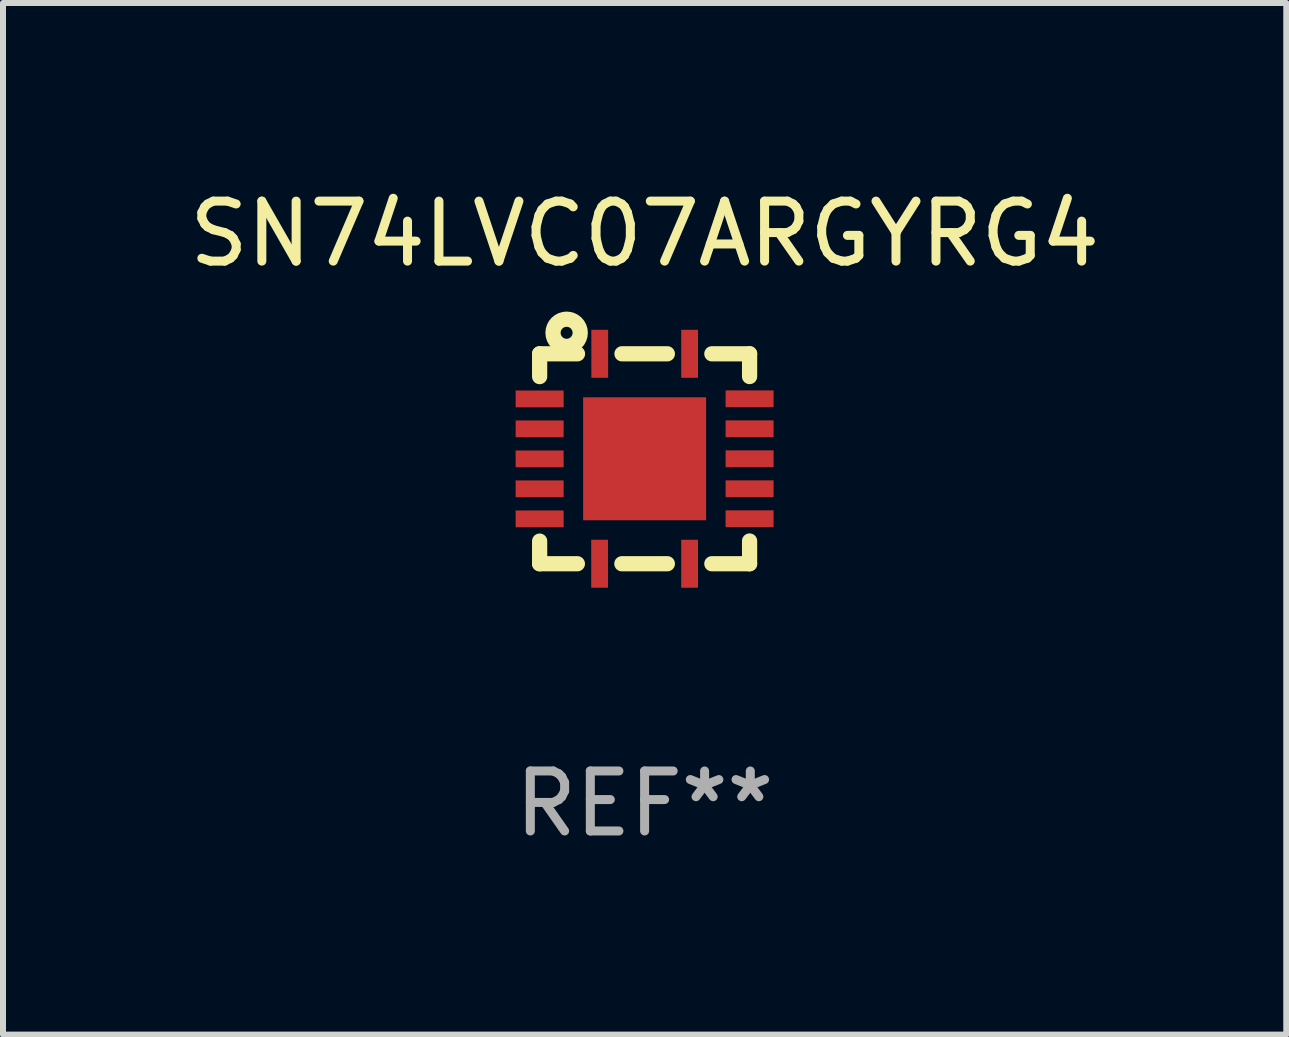
<source format=kicad_pcb>
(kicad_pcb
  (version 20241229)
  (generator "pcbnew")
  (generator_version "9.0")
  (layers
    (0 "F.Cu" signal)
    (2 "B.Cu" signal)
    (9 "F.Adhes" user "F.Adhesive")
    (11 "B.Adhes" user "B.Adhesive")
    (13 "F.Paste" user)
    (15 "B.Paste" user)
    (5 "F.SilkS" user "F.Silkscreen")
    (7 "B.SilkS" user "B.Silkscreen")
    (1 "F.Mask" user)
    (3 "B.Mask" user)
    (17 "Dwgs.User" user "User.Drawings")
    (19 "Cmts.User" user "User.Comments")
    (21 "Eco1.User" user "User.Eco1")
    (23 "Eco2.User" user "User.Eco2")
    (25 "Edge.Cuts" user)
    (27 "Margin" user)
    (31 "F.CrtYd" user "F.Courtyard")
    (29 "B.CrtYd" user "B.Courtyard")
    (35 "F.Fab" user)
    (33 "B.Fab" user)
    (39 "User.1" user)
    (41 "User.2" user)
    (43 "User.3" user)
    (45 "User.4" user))
  (footprint "SN74LVC07ARGYRG4"
    (layer "F.Cu")
    (at 7.696 4.598)
    (property "Reference" "SN74LVC07ARGYRG4" (at 0 -3.75 0) (layer "F.SilkS") (effects (font (size 1 1) (thickness 0.15))))
    (attr through_hole)
    (fp_line (start -1.75 -1.75) (end -1.75 -1.37) (stroke (width 0.254) (type solid)) (layer "F.SilkS"))
    (fp_line (start -1.75 1.373) (end -1.75 1.75) (stroke (width 0.254) (type solid)) (layer "F.SilkS"))
    (fp_line (start -1.75 1.75) (end -1.121 1.75) (stroke (width 0.254) (type solid)) (layer "F.SilkS"))
    (fp_line (start -1.119 -1.75) (end -1.75 -1.75) (stroke (width 0.254) (type solid)) (layer "F.SilkS"))
    (fp_line (start -0.379 1.75) (end 0.379 1.75) (stroke (width 0.254) (type solid)) (layer "F.SilkS"))
    (fp_line (start 0.379 -1.75) (end -0.377 -1.75) (stroke (width 0.254) (type solid)) (layer "F.SilkS"))
    (fp_line (start 1.121 1.75) (end 1.75 1.75) (stroke (width 0.254) (type solid)) (layer "F.SilkS"))
    (fp_line (start 1.75 -1.75) (end 1.121 -1.75) (stroke (width 0.254) (type solid)) (layer "F.SilkS"))
    (fp_line (start 1.75 -1.371) (end 1.75 -1.75) (stroke (width 0.254) (type solid)) (layer "F.SilkS"))
    (fp_line (start 1.75 1.75) (end 1.75 1.371) (stroke (width 0.254) (type solid)) (layer "F.SilkS"))
    (fp_circle (center -1.75 -1.75) (end -1.72 -1.75) (stroke (width 0.06) (type solid)) (fill no) (layer "F.SilkS"))
    (fp_circle (center -1.3 -2.1) (end -1.2 -2.1) (stroke (width 0.254) (type solid)) (fill no) (layer "F.SilkS"))
    (fp_text user "REF**" (at 0 5.75 0) (layer "F.Fab") (effects (font (size 1 1) (thickness 0.15))))
    (pad "1" smd rect (at -0.748 -1.75 180) (size 0.28 0.8) (layers "F.Cu" "F.Mask" "F.Paste"))
    (pad "2" smd rect (at -1.75 -0.998 90) (size 0.28 0.8) (layers "F.Cu" "F.Mask" "F.Paste"))
    (pad "3" smd rect (at -1.75 -0.499 90) (size 0.28 0.8) (layers "F.Cu" "F.Mask" "F.Paste"))
    (pad "4" smd rect (at -1.75 0.002 90) (size 0.28 0.8) (layers "F.Cu" "F.Mask" "F.Paste"))
    (pad "5" smd rect (at -1.75 0.501 90) (size 0.28 0.8) (layers "F.Cu" "F.Mask" "F.Paste"))
    (pad "6" smd rect (at -1.75 1.002 90) (size 0.28 0.8) (layers "F.Cu" "F.Mask" "F.Paste"))
    (pad "7" smd rect (at -0.75 1.75 180) (size 0.28 0.8) (layers "F.Cu" "F.Mask" "F.Paste"))
    (pad "8" smd rect (at 0.75 1.75 180) (size 0.28 0.8) (layers "F.Cu" "F.Mask" "F.Paste"))
    (pad "9" smd rect (at 1.75 1 270) (size 0.28 0.8) (layers "F.Cu" "F.Mask" "F.Paste"))
    (pad "10" smd rect (at 1.75 0.5 270) (size 0.28 0.8) (layers "F.Cu" "F.Mask" "F.Paste"))
    (pad "11" smd rect (at 1.75 0 270) (size 0.28 0.8) (layers "F.Cu" "F.Mask" "F.Paste"))
    (pad "12" smd rect (at 1.75 -0.5 270) (size 0.28 0.8) (layers "F.Cu" "F.Mask" "F.Paste"))
    (pad "13" smd rect (at 1.75 -1 270) (size 0.28 0.8) (layers "F.Cu" "F.Mask" "F.Paste"))
    (pad "14" smd rect (at 0.75 -1.75) (size 0.28 0.8) (layers "F.Cu" "F.Mask" "F.Paste"))
    (pad "15" smd rect (at 0 0 90) (size 2.05 2.05) (layers "F.Cu" "F.Mask" "F.Paste")))
  (gr_rect
    (start -3 -3)
    (end 18.393 14.197)
    (stroke (width 0.1) (type default))
    (fill no)
    (layer "Edge.Cuts")))
</source>
